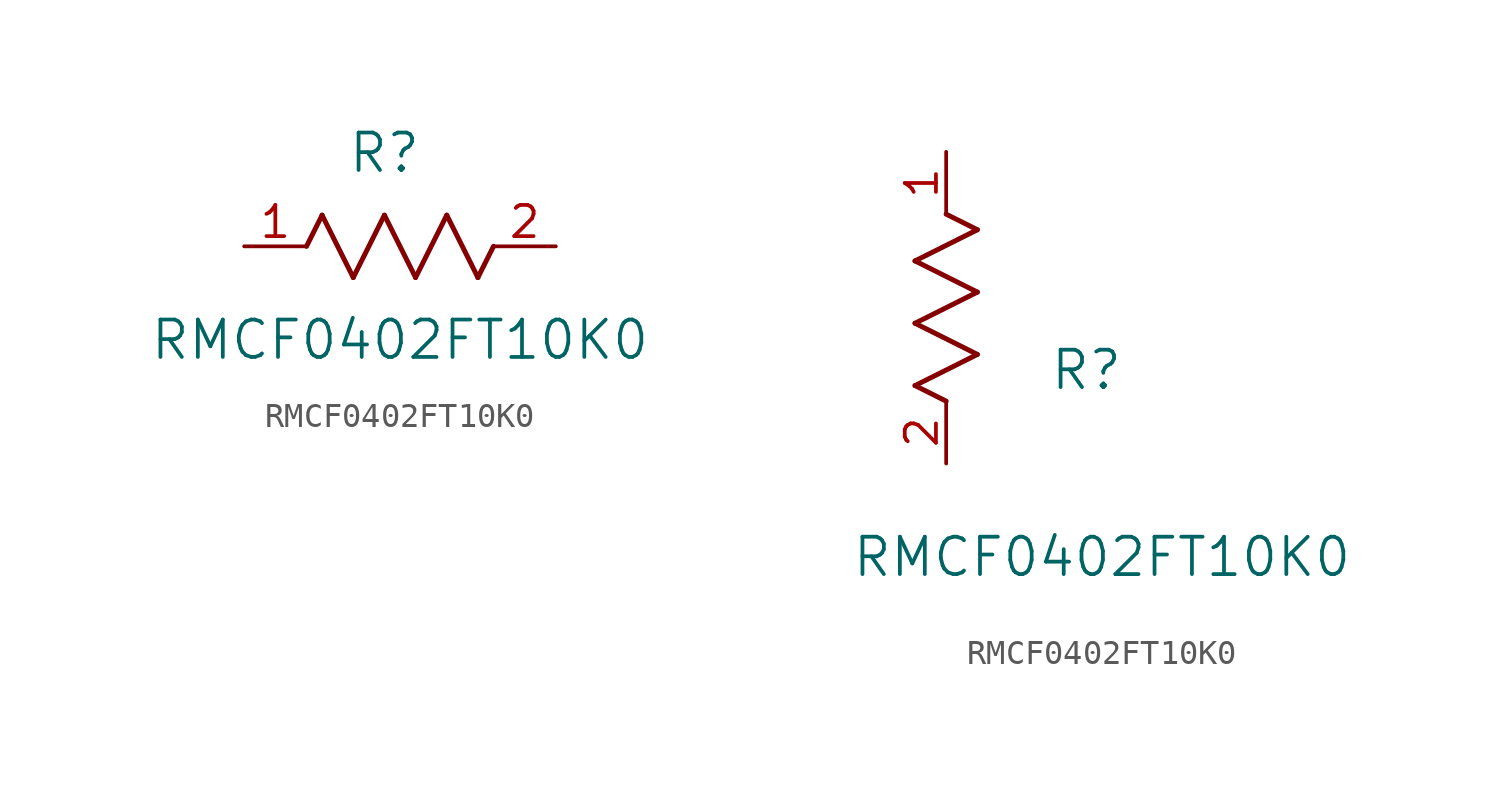
<source format=kicad_sym>
(kicad_symbol_lib
  (version 20211014)
  (generator kicad_symbol_editor)
  (symbol "RMCF0402FT10K0"
    (pin_names
      (offset 0.254))
    (property "Reference" "R"
      (at 5.715 3.81 0)
      (effects (font (size 1.524 1.524))))
    (property "Value" "RMCF0402FT10K0"
      (at 6.35 -3.81 0)
      (effects (font (size 1.524 1.524))))
    (symbol "RMCF0402FT10K0_1_1"
      (polyline (pts (xy 3.175 1.27) (xy 4.445 -1.27)) (stroke (width 0.203) (type default) (color 0 0 0 0)) (fill (type none)))
      (polyline (pts (xy 4.445 -1.27) (xy 5.715 1.27)) (stroke (width 0.203) (type default) (color 0 0 0 0)) (fill (type none)))
      (polyline (pts (xy 5.715 1.27) (xy 6.985 -1.27)) (stroke (width 0.203) (type default) (color 0 0 0 0)) (fill (type none)))
      (polyline (pts (xy 6.985 -1.27) (xy 8.255 1.27)) (stroke (width 0.203) (type default) (color 0 0 0 0)) (fill (type none)))
      (polyline (pts (xy 8.255 1.27) (xy 9.525 -1.27)) (stroke (width 0.203) (type default) (color 0 0 0 0)) (fill (type none)))
      (polyline (pts (xy 2.54 0) (xy 3.175 1.27)) (stroke (width 0.203) (type default) (color 0 0 0 0)) (fill (type none)))
      (polyline (pts (xy 9.525 -1.27) (xy 10.16 0)) (stroke (width 0.203) (type default) (color 0 0 0 0)) (fill (type none)))
      (pin unspecified line (at 0 0 0) (length 2.54) (name "" (effects (font (size 1.27 1.27)))) (number "1" (effects (font (size 1.27 1.27)))))
      (pin unspecified line (at 12.7 0 180) (length 2.54) (name "" (effects (font (size 1.27 1.27)))) (number "2" (effects (font (size 1.27 1.27))))))
    (symbol "RMCF0402FT10K0_1_2"
      (polyline (pts (xy 0 2.54) (xy -1.27 3.175)) (stroke (width 0.203) (type default) (color 0 0 0 0)) (fill (type none)))
      (polyline (pts (xy -1.27 3.175) (xy 1.27 4.445)) (stroke (width 0.203) (type default) (color 0 0 0 0)) (fill (type none)))
      (polyline (pts (xy 1.27 4.445) (xy -1.27 5.715)) (stroke (width 0.203) (type default) (color 0 0 0 0)) (fill (type none)))
      (polyline (pts (xy -1.27 5.715) (xy 1.27 6.985)) (stroke (width 0.203) (type default) (color 0 0 0 0)) (fill (type none)))
      (polyline (pts (xy -1.27 8.255) (xy 1.27 9.525)) (stroke (width 0.203) (type default) (color 0 0 0 0)) (fill (type none)))
      (polyline (pts (xy 1.27 9.525) (xy 0 10.16)) (stroke (width 0.203) (type default) (color 0 0 0 0)) (fill (type none)))
      (polyline (pts (xy 1.27 6.985) (xy -1.27 8.255)) (stroke (width 0.203) (type default) (color 0 0 0 0)) (fill (type none)))
      (pin unspecified line (at 0 12.7 270) (length 2.54) (name "" (effects (font (size 1.27 1.27)))) (number "1" (effects (font (size 1.27 1.27)))))
      (pin unspecified line (at 0 0 90) (length 2.54) (name "" (effects (font (size 1.27 1.27)))) (number "2" (effects (font (size 1.27 1.27))))))))
</source>
